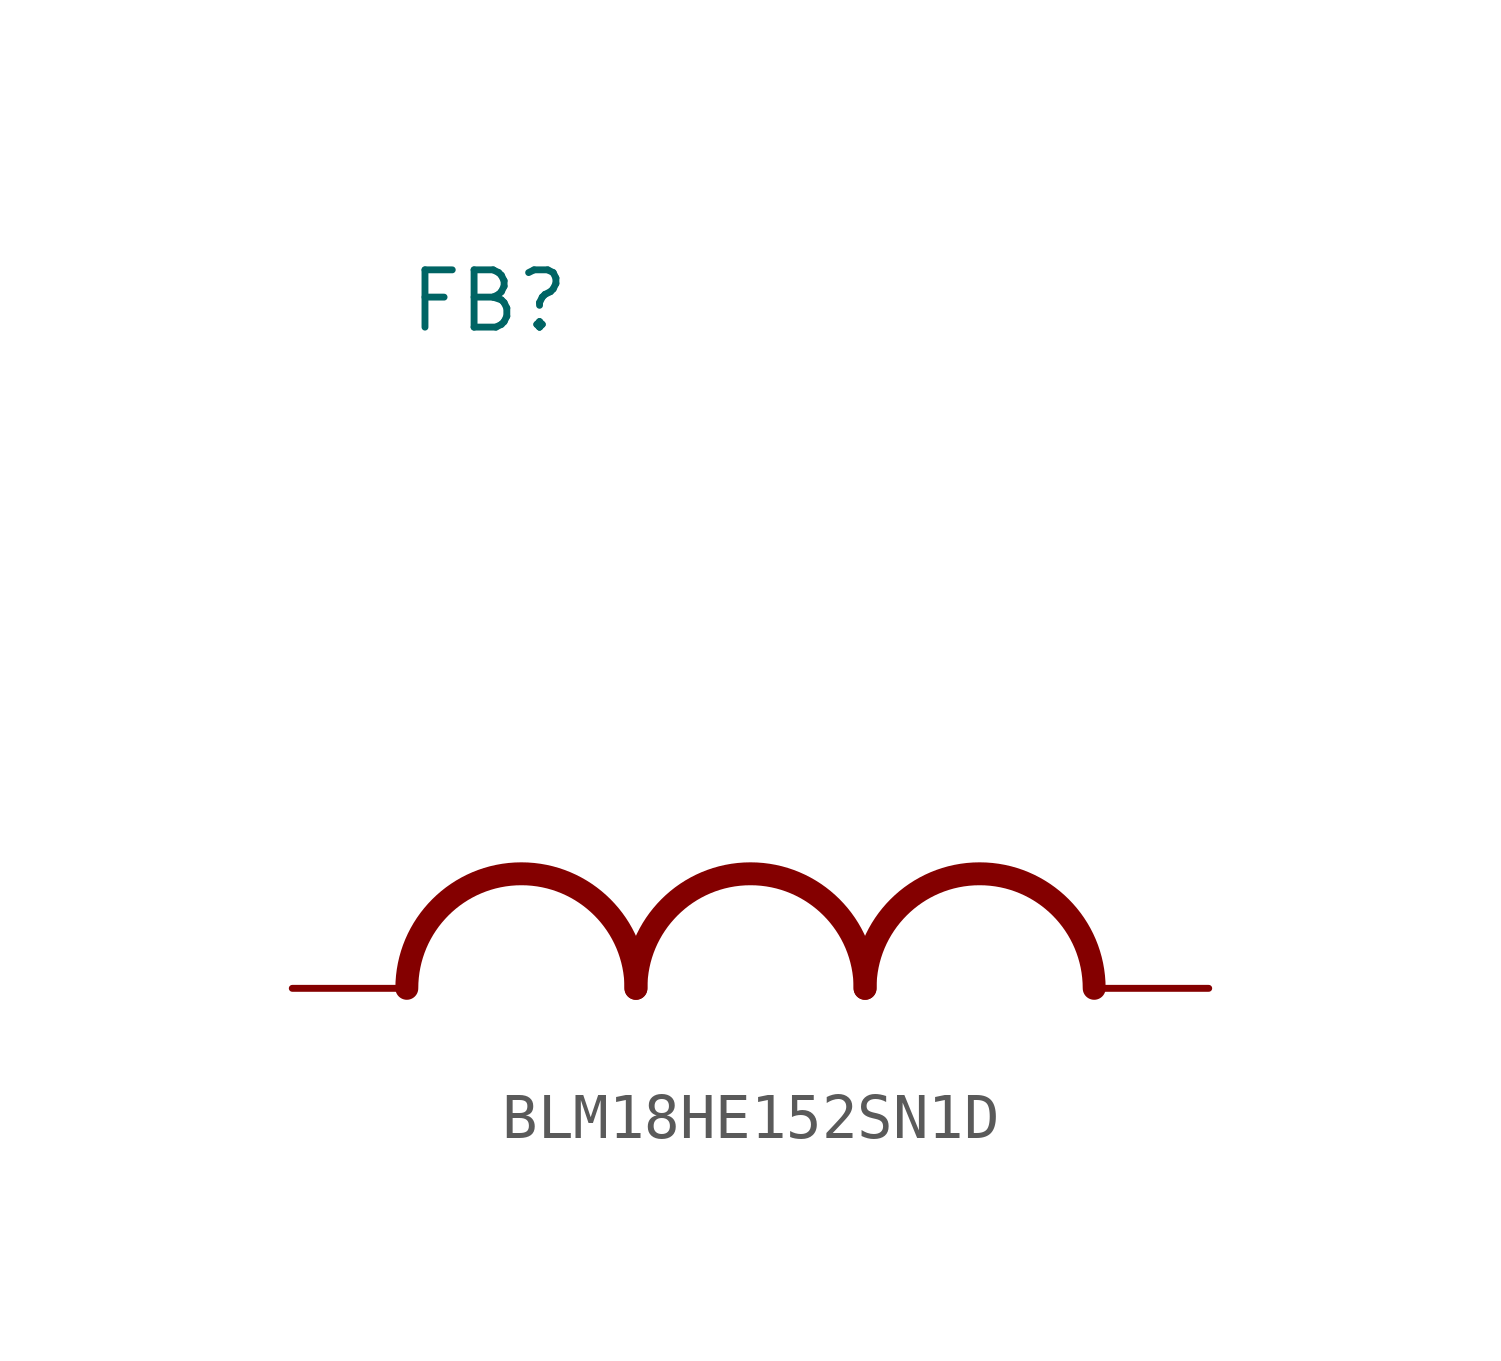
<source format=kicad_sym>
(kicad_symbol_lib
  (version 20211014)
  (generator kicad_symbol_editor)
  (symbol "BLM18HE152SN1D"
    (pin_numbers hide)
    (pin_names
      (offset 1.016) hide)
    (property "Reference" "FB"
      (at 2.54 15.24 0)
      (effects (font (size 1.27 1.27)) (justify left)))
    (symbol "BLM18HE152SN1D_0_1"
      (arc (start 7.62 0) (mid 5.08 2.54) (end 2.54 0) (stroke (width 0.508) (type default) (color 0 0 0 0)) (fill (type none)))
      (arc (start 12.7 0) (mid 10.16 2.54) (end 7.62 0) (stroke (width 0.508) (type default) (color 0 0 0 0)) (fill (type none)))
      (arc (start 17.78 0) (mid 15.24 2.54) (end 12.7 0) (stroke (width 0.508) (type default) (color 0 0 0 0)) (fill (type none))))
    (symbol "BLM18HE152SN1D_1_1"
      (pin passive line (at 0 0 0) (length 2.54) (name "1" (effects (font (size 1.27 1.27)))) (number "1" (effects (font (size 1.27 1.27)))))
      (pin passive line (at 20.32 0 180) (length 2.54) (name "2" (effects (font (size 1.27 1.27)))) (number "2" (effects (font (size 1.27 1.27))))))))
</source>
